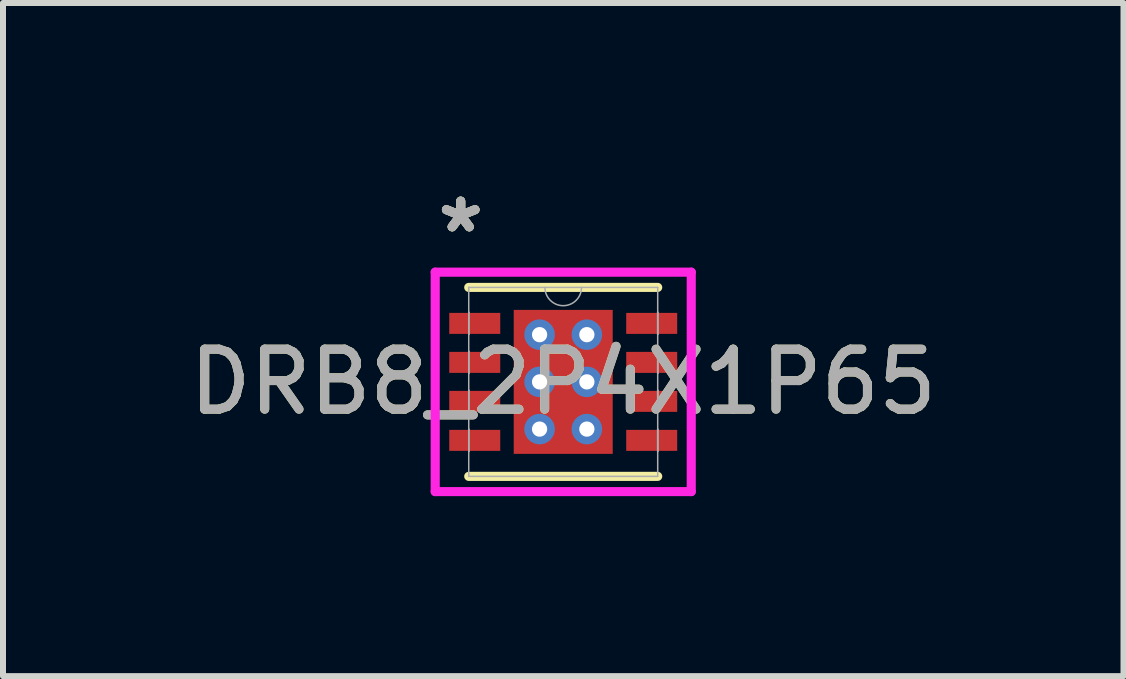
<source format=kicad_pcb>
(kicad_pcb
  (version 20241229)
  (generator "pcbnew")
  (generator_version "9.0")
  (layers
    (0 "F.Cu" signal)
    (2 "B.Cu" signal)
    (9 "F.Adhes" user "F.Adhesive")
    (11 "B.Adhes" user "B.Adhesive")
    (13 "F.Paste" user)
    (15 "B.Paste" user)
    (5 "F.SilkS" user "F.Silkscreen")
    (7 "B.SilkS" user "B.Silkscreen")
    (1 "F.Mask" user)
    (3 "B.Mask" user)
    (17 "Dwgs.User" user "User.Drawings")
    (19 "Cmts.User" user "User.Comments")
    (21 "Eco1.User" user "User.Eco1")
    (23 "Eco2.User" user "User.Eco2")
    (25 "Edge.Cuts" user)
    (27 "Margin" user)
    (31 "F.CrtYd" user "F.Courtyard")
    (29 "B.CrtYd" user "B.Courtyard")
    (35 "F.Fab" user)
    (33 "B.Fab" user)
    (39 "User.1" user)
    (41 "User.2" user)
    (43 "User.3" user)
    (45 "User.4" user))
  (footprint "DRB8_2P4X1P65"
    (layer "F.Cu")
    (at 6.339 3.316)
    (property "Reference" "DRB8_2P4X1P65" (at 0 0 0) (unlocked yes) (layer "F.SilkS") (effects (font (size 1 1) (thickness 0.15))))
    (attr smd)
    (fp_poly (pts (xy -1.97 -1.22) (xy -1.97 -0.73) (xy -0.98 -0.73) (xy -0.98 -1.22)) (stroke (width 0) (type solid)) (fill yes) (layer "F.Mask"))
    (fp_poly (pts (xy -1.97 -0.57) (xy -1.97 -0.08) (xy -0.98 -0.08) (xy -0.98 -0.57)) (stroke (width 0) (type solid)) (fill yes) (layer "F.Mask"))
    (fp_poly (pts (xy -1.97 0.08) (xy -1.97 0.57) (xy -0.98 0.57) (xy -0.98 0.08)) (stroke (width 0) (type solid)) (fill yes) (layer "F.Mask"))
    (fp_poly (pts (xy -1.97 0.73) (xy -1.97 1.22) (xy -0.98 1.22) (xy -0.98 0.73)) (stroke (width 0) (type solid)) (fill yes) (layer "F.Mask"))
    (fp_poly (pts (xy -0.888 -1.264) (xy -0.594 -1.264) (xy -0.594 1.264) (xy -0.888 1.264)) (stroke (width 0) (type solid)) (fill yes) (layer "F.Mask"))
    (fp_poly (pts (xy -0.888 -1.264) (xy 0.888 -1.264) (xy 0.888 -0.987) (xy -0.888 -0.987)) (stroke (width 0) (type solid)) (fill yes) (layer "F.Mask"))
    (fp_poly (pts (xy -0.888 -0.587) (xy 0.888 -0.587) (xy 0.888 -0.2) (xy -0.888 -0.2)) (stroke (width 0) (type solid)) (fill yes) (layer "F.Mask"))
    (fp_poly (pts (xy -0.888 0.2) (xy 0.888 0.2) (xy 0.888 0.587) (xy -0.888 0.587)) (stroke (width 0) (type solid)) (fill yes) (layer "F.Mask"))
    (fp_poly (pts (xy -0.888 0.987) (xy 0.888 0.987) (xy 0.888 1.264) (xy -0.888 1.264)) (stroke (width 0) (type solid)) (fill yes) (layer "F.Mask"))
    (fp_poly (pts (xy 0.194 -1.264) (xy -0.194 -1.264) (xy -0.194 1.264) (xy 0.194 1.264)) (stroke (width 0) (type solid)) (fill yes) (layer "F.Mask"))
    (fp_poly (pts (xy 0.594 -1.264) (xy 0.888 -1.264) (xy 0.888 1.264) (xy 0.594 1.264)) (stroke (width 0) (type solid)) (fill yes) (layer "F.Mask"))
    (fp_poly (pts (xy 0.98 -1.22) (xy 0.98 -0.73) (xy 1.97 -0.73) (xy 1.97 -1.22)) (stroke (width 0) (type solid)) (fill yes) (layer "F.Mask"))
    (fp_poly (pts (xy 0.98 -0.57) (xy 0.98 -0.08) (xy 1.97 -0.08) (xy 1.97 -0.57)) (stroke (width 0) (type solid)) (fill yes) (layer "F.Mask"))
    (fp_poly (pts (xy 0.98 0.08) (xy 0.98 0.57) (xy 1.97 0.57) (xy 1.97 0.08)) (stroke (width 0) (type solid)) (fill yes) (layer "F.Mask"))
    (fp_poly (pts (xy 0.98 0.73) (xy 0.98 1.22) (xy 1.97 1.22) (xy 1.97 0.73)) (stroke (width 0) (type solid)) (fill yes) (layer "F.Mask"))
    (fp_line (start -1.575 1.575) (end 1.575 1.575) (stroke (width 0.152) (type solid)) (layer "F.SilkS"))
    (fp_line (start 1.575 -1.575) (end -1.575 -1.575) (stroke (width 0.152) (type solid)) (layer "F.SilkS"))
    (fp_poly (pts (xy -1.875 -1.125) (xy -1.875 -0.825) (xy -1.075 -0.825) (xy -1.075 -1.125)) (stroke (width 0) (type solid)) (fill yes) (layer "F.Paste"))
    (fp_poly (pts (xy -1.875 -0.475) (xy -1.875 -0.175) (xy -1.075 -0.175) (xy -1.075 -0.475)) (stroke (width 0) (type solid)) (fill yes) (layer "F.Paste"))
    (fp_poly (pts (xy -1.875 0.175) (xy -1.875 0.475) (xy -1.075 0.475) (xy -1.075 0.175)) (stroke (width 0) (type solid)) (fill yes) (layer "F.Paste"))
    (fp_poly (pts (xy -1.875 0.825) (xy -1.875 1.125) (xy -1.075 1.125) (xy -1.075 0.825)) (stroke (width 0) (type solid)) (fill yes) (layer "F.Paste"))
    (fp_poly (pts (xy 1.075 -1.125) (xy 1.075 -0.825) (xy 1.875 -0.825) (xy 1.875 -1.125)) (stroke (width 0) (type solid)) (fill yes) (layer "F.Paste"))
    (fp_poly (pts (xy 1.075 -0.475) (xy 1.075 -0.175) (xy 1.875 -0.175) (xy 1.875 -0.475)) (stroke (width 0) (type solid)) (fill yes) (layer "F.Paste"))
    (fp_poly (pts (xy 1.075 0.175) (xy 1.075 0.475) (xy 1.875 0.475) (xy 1.875 0.175)) (stroke (width 0) (type solid)) (fill yes) (layer "F.Paste"))
    (fp_poly (pts (xy 1.075 0.825) (xy 1.075 1.125) (xy 1.875 1.125) (xy 1.875 0.825)) (stroke (width 0) (type solid)) (fill yes) (layer "F.Paste"))
    (fp_poly (pts (xy -0.75 -1.125) (xy -0.75 -0.887) (xy -0.635 -0.887) (xy -0.494 -1.029) (xy -0.494 -1.125)) (stroke (width 0) (type solid)) (fill yes) (layer "F.Paste"))
    (fp_poly (pts (xy -0.75 0.887) (xy -0.75 1.125) (xy -0.494 1.125) (xy -0.494 1.029) (xy -0.635 0.887)) (stroke (width 0) (type solid)) (fill yes) (layer "F.Paste"))
    (fp_poly (pts (xy 0.494 -1.125) (xy 0.494 -1.029) (xy 0.635 -0.887) (xy 0.75 -0.887) (xy 0.75 -1.125)) (stroke (width 0) (type solid)) (fill yes) (layer "F.Paste"))
    (fp_poly (pts (xy 0.635 0.887) (xy 0.494 1.029) (xy 0.494 1.125) (xy 0.75 1.125) (xy 0.75 0.887)) (stroke (width 0) (type solid)) (fill yes) (layer "F.Paste"))
    (fp_poly (pts (xy -0.75 -0.687) (xy -0.75 -0.1) (xy -0.635 -0.1) (xy -0.494 -0.241) (xy -0.494 -0.546) (xy -0.635 -0.687)) (stroke (width 0) (type solid)) (fill yes) (layer "F.Paste"))
    (fp_poly (pts (xy -0.75 0.1) (xy -0.75 0.687) (xy -0.635 0.687) (xy -0.494 0.546) (xy -0.494 0.241) (xy -0.635 0.1)) (stroke (width 0) (type solid)) (fill yes) (layer "F.Paste"))
    (fp_poly (pts (xy -0.294 -1.125) (xy -0.294 -1.029) (xy -0.152 -0.887) (xy 0.152 -0.887) (xy 0.294 -1.029) (xy 0.294 -1.125)) (stroke (width 0) (type solid)) (fill yes) (layer "F.Paste"))
    (fp_poly (pts (xy -0.152 0.887) (xy -0.294 1.029) (xy -0.294 1.125) (xy 0.294 1.125) (xy 0.294 1.029) (xy 0.152 0.887)) (stroke (width 0) (type solid)) (fill yes) (layer "F.Paste"))
    (fp_poly (pts (xy 0.635 -0.687) (xy 0.494 -0.546) (xy 0.494 -0.241) (xy 0.635 -0.1) (xy 0.75 -0.1) (xy 0.75 -0.687)) (stroke (width 0) (type solid)) (fill yes) (layer "F.Paste"))
    (fp_poly (pts (xy 0.635 0.1) (xy 0.494 0.241) (xy 0.494 0.546) (xy 0.635 0.687) (xy 0.75 0.687) (xy 0.75 0.1)) (stroke (width 0) (type solid)) (fill yes) (layer "F.Paste"))
    (fp_poly (pts (xy -0.152 -0.687) (xy -0.294 -0.546) (xy -0.294 -0.241) (xy -0.152 -0.1) (xy 0.152 -0.1) (xy 0.294 -0.241) (xy 0.294 -0.546) (xy 0.152 -0.687)) (stroke (width 0) (type solid)) (fill yes) (layer "F.Paste"))
    (fp_poly (pts (xy -0.152 0.1) (xy -0.294 0.241) (xy -0.294 0.546) (xy -0.152 0.687) (xy 0.152 0.687) (xy 0.294 0.546) (xy 0.294 0.241) (xy 0.152 0.1)) (stroke (width 0) (type solid)) (fill yes) (layer "F.Paste"))
    (fp_line (start -2.134 -1.829) (end 2.134 -1.829) (stroke (width 0.152) (type solid)) (layer "F.CrtYd"))
    (fp_line (start -2.134 1.829) (end -2.134 -1.829) (stroke (width 0.152) (type solid)) (layer "F.CrtYd"))
    (fp_line (start 2.134 -1.829) (end 2.134 1.829) (stroke (width 0.152) (type solid)) (layer "F.CrtYd"))
    (fp_line (start 2.134 1.829) (end -2.134 1.829) (stroke (width 0.152) (type solid)) (layer "F.CrtYd"))
    (fp_line (start -1.575 -1.575) (end -1.575 1.575) (stroke (width 0.025) (type solid)) (layer "F.Fab"))
    (fp_line (start -1.575 -1.16) (end -1.575 -1.16) (stroke (width 0.025) (type solid)) (layer "F.Fab"))
    (fp_line (start -1.575 -1.16) (end -1.575 -0.79) (stroke (width 0.025) (type solid)) (layer "F.Fab"))
    (fp_line (start -1.575 -0.79) (end -1.575 -1.16) (stroke (width 0.025) (type solid)) (layer "F.Fab"))
    (fp_line (start -1.575 -0.79) (end -1.575 -0.79) (stroke (width 0.025) (type solid)) (layer "F.Fab"))
    (fp_line (start -1.575 -0.51) (end -1.575 -0.51) (stroke (width 0.025) (type solid)) (layer "F.Fab"))
    (fp_line (start -1.575 -0.51) (end -1.575 -0.14) (stroke (width 0.025) (type solid)) (layer "F.Fab"))
    (fp_line (start -1.575 -0.14) (end -1.575 -0.51) (stroke (width 0.025) (type solid)) (layer "F.Fab"))
    (fp_line (start -1.575 -0.14) (end -1.575 -0.14) (stroke (width 0.025) (type solid)) (layer "F.Fab"))
    (fp_line (start -1.575 0.14) (end -1.575 0.14) (stroke (width 0.025) (type solid)) (layer "F.Fab"))
    (fp_line (start -1.575 0.14) (end -1.575 0.51) (stroke (width 0.025) (type solid)) (layer "F.Fab"))
    (fp_line (start -1.575 0.51) (end -1.575 0.14) (stroke (width 0.025) (type solid)) (layer "F.Fab"))
    (fp_line (start -1.575 0.51) (end -1.575 0.51) (stroke (width 0.025) (type solid)) (layer "F.Fab"))
    (fp_line (start -1.575 0.79) (end -1.575 0.79) (stroke (width 0.025) (type solid)) (layer "F.Fab"))
    (fp_line (start -1.575 0.79) (end -1.575 1.16) (stroke (width 0.025) (type solid)) (layer "F.Fab"))
    (fp_line (start -1.575 1.16) (end -1.575 0.79) (stroke (width 0.025) (type solid)) (layer "F.Fab"))
    (fp_line (start -1.575 1.16) (end -1.575 1.16) (stroke (width 0.025) (type solid)) (layer "F.Fab"))
    (fp_line (start -1.575 1.575) (end 1.575 1.575) (stroke (width 0.025) (type solid)) (layer "F.Fab"))
    (fp_line (start 1.575 -1.575) (end -1.575 -1.575) (stroke (width 0.025) (type solid)) (layer "F.Fab"))
    (fp_line (start 1.575 -1.16) (end 1.575 -1.16) (stroke (width 0.025) (type solid)) (layer "F.Fab"))
    (fp_line (start 1.575 -1.16) (end 1.575 -0.79) (stroke (width 0.025) (type solid)) (layer "F.Fab"))
    (fp_line (start 1.575 -0.79) (end 1.575 -1.16) (stroke (width 0.025) (type solid)) (layer "F.Fab"))
    (fp_line (start 1.575 -0.79) (end 1.575 -0.79) (stroke (width 0.025) (type solid)) (layer "F.Fab"))
    (fp_line (start 1.575 -0.51) (end 1.575 -0.51) (stroke (width 0.025) (type solid)) (layer "F.Fab"))
    (fp_line (start 1.575 -0.51) (end 1.575 -0.14) (stroke (width 0.025) (type solid)) (layer "F.Fab"))
    (fp_line (start 1.575 -0.14) (end 1.575 -0.51) (stroke (width 0.025) (type solid)) (layer "F.Fab"))
    (fp_line (start 1.575 -0.14) (end 1.575 -0.14) (stroke (width 0.025) (type solid)) (layer "F.Fab"))
    (fp_line (start 1.575 0.14) (end 1.575 0.14) (stroke (width 0.025) (type solid)) (layer "F.Fab"))
    (fp_line (start 1.575 0.14) (end 1.575 0.51) (stroke (width 0.025) (type solid)) (layer "F.Fab"))
    (fp_line (start 1.575 0.51) (end 1.575 0.14) (stroke (width 0.025) (type solid)) (layer "F.Fab"))
    (fp_line (start 1.575 0.51) (end 1.575 0.51) (stroke (width 0.025) (type solid)) (layer "F.Fab"))
    (fp_line (start 1.575 0.79) (end 1.575 0.79) (stroke (width 0.025) (type solid)) (layer "F.Fab"))
    (fp_line (start 1.575 0.79) (end 1.575 1.16) (stroke (width 0.025) (type solid)) (layer "F.Fab"))
    (fp_line (start 1.575 1.16) (end 1.575 0.79) (stroke (width 0.025) (type solid)) (layer "F.Fab"))
    (fp_line (start 1.575 1.16) (end 1.575 1.16) (stroke (width 0.025) (type solid)) (layer "F.Fab"))
    (fp_line (start 1.575 1.575) (end 1.575 -1.575) (stroke (width 0.025) (type solid)) (layer "F.Fab"))
    (fp_arc (start 0.3048 -1.574999) (mid 0 -1.270199) (end -0.3048 -1.574999) (stroke (width 0.0254) (type solid)) (layer "F.Fab"))
    (fp_text user "*" (at -1.709 -2.468 0) (unlocked yes) (layer "F.SilkS") (effects (font (size 1 1) (thickness 0.15))))
    (fp_text user "*" (at -1.709 -2.468 0) (layer "F.SilkS") (effects (font (size 1 1) (thickness 0.15))))
    (fp_text user "*" (at -1.709 -2.468 0) (unlocked yes) (layer "F.Fab") (effects (font (size 1 1) (thickness 0.15))))
    (fp_text user "${REFERENCE}" (at 0 0 0) (unlocked yes) (layer "F.Fab") (effects (font (size 1 1) (thickness 0.15))))
    (fp_text user "*" (at -1.709 -2.468 0) (layer "F.Fab") (effects (font (size 1 1) (thickness 0.15))))
    (pad "1" smd rect (at -1.475 -0.975) (size 0.85 0.35) (layers "F.Cu" "F.Mask"))
    (pad "2" smd rect (at -1.475 -0.325) (size 0.85 0.35) (layers "F.Cu" "F.Mask"))
    (pad "3" smd rect (at -1.475 0.325) (size 0.85 0.35) (layers "F.Cu" "F.Mask"))
    (pad "4" smd rect (at -1.475 0.975) (size 0.85 0.35) (layers "F.Cu" "F.Mask"))
    (pad "5" smd rect (at 1.475 0.975) (size 0.85 0.35) (layers "F.Cu" "F.Mask"))
    (pad "6" smd rect (at 1.475 0.325) (size 0.85 0.35) (layers "F.Cu" "F.Mask"))
    (pad "7" smd rect (at 1.475 -0.325) (size 0.85 0.35) (layers "F.Cu" "F.Mask"))
    (pad "8" smd rect (at 1.475 -0.975) (size 0.85 0.35) (layers "F.Cu" "F.Mask"))
    (pad "9" smd rect (at 0 0) (size 1.65 2.4) (layers "F.Cu"))
    (pad "V" thru_hole circle (at -0.394 -0.787) (size 0.508 0.508) (drill 0.254) (layers "*.Cu" "*.Mask"))
    (pad "V" thru_hole circle (at -0.394 0) (size 0.508 0.508) (drill 0.254) (layers "*.Cu" "*.Mask"))
    (pad "V" thru_hole circle (at -0.394 0.787) (size 0.508 0.508) (drill 0.254) (layers "*.Cu" "*.Mask"))
    (pad "V" thru_hole circle (at 0.394 -0.787) (size 0.508 0.508) (drill 0.254) (layers "*.Cu" "*.Mask"))
    (pad "V" thru_hole circle (at 0.394 0) (size 0.508 0.508) (drill 0.254) (layers "*.Cu" "*.Mask"))
    (pad "V" thru_hole circle (at 0.394 0.787) (size 0.508 0.508) (drill 0.254) (layers "*.Cu" "*.Mask")))
  (gr_rect
    (start -3 -3)
    (end 15.679 8.221)
    (stroke (width 0.1) (type default))
    (fill no)
    (layer "Edge.Cuts")))
</source>
